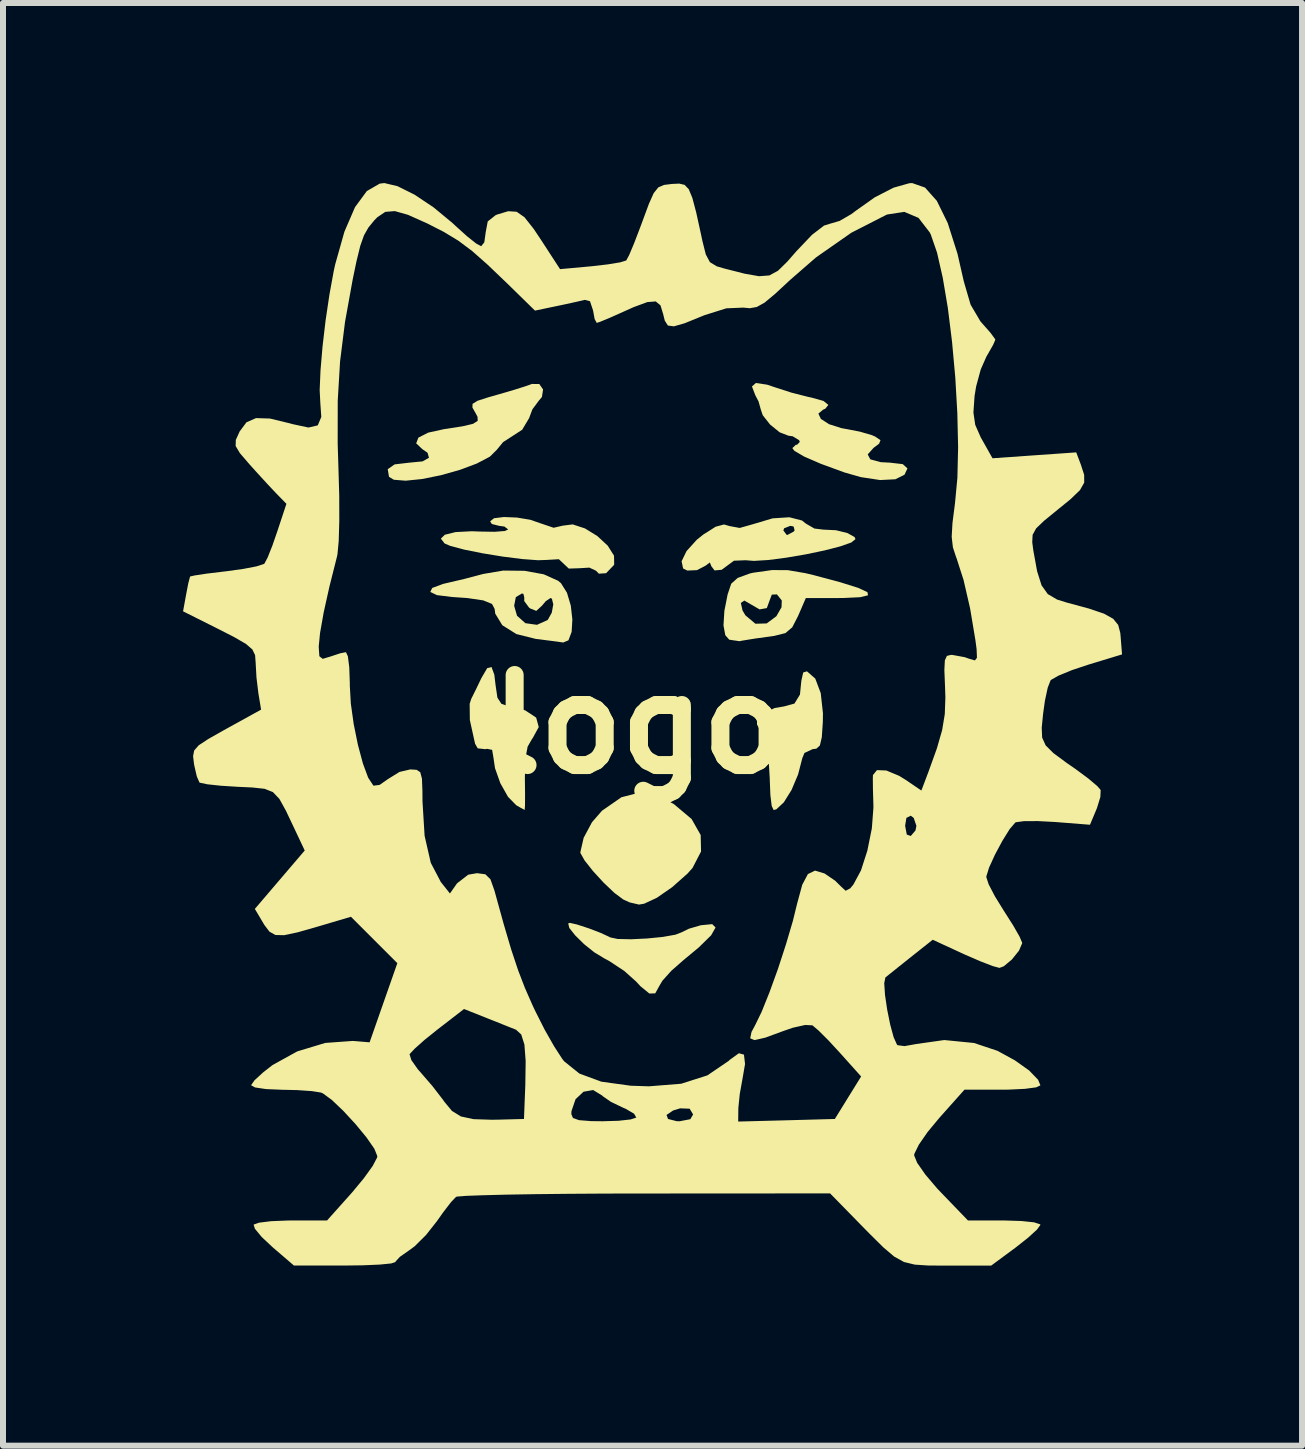
<source format=kicad_pcb>
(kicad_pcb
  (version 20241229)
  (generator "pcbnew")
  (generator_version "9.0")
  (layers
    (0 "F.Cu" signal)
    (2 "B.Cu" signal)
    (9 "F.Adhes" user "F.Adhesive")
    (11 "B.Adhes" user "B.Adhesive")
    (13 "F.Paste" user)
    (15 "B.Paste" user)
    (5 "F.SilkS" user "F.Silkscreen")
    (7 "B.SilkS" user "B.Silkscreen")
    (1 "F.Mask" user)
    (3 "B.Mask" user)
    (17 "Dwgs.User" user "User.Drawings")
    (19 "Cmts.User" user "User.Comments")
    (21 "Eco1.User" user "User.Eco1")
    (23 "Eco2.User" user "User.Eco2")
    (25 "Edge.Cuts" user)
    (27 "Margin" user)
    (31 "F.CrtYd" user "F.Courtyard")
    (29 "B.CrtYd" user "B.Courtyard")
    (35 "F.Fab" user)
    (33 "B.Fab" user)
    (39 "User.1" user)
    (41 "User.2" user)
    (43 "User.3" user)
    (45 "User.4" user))
  (footprint "logo"
    (layer "F.Cu")
    (at 7.596 9.018)
    (property "Reference" "logo" (at 0 0 0) (layer "F.SilkS") (effects (font (size 1.5 1.5) (thickness 0.3))))
    (attr board_only exclude_from_pos_files exclude_from_bom)
    (fp_poly (pts (xy 0.331 1.196) (xy 0.58 1.328) (xy 0.876 1.577) (xy 1.028 1.844) (xy 1.034 2.119) (xy 0.892 2.393) (xy 0.809 2.486) (xy 0.553 2.713) (xy 0.299 2.889) (xy 0.085 2.989) (xy 0 3.003) (xy -0.155 2.967) (xy -0.263 2.918) (xy -0.41 2.808) (xy -0.589 2.638) (xy -0.766 2.445) (xy -0.906 2.268) (xy -0.975 2.145) (xy -0.977 2.131) (xy -0.922 1.891) (xy -0.783 1.631) (xy -0.616 1.439) (xy -0.293 1.215) (xy 0.015 1.135)) (stroke (width 0) (type solid)) (fill yes) (layer "F.SilkS"))
    (fp_poly (pts (xy 2.937 -0.762) (xy 3.028 -0.521) (xy 3.065 -0.184) (xy 3.063 -0.038) (xy 3.046 0.215) (xy 3.014 0.352) (xy 2.955 0.406) (xy 2.894 0.413) (xy 2.757 0.477) (xy 2.721 0.564) (xy 2.651 0.835) (xy 2.542 1.093) (xy 2.413 1.3) (xy 2.288 1.416) (xy 2.243 1.428) (xy 2.211 1.359) (xy 2.189 1.178) (xy 2.179 0.924) (xy 2.179 0.908) (xy 2.155 0.504) (xy 2.079 0.22) (xy 2.048 0.159) (xy 1.966 0.002) (xy 1.966 -0.088) (xy 2.05 -0.17) (xy 2.067 -0.182) (xy 2.261 -0.272) (xy 2.415 -0.298) (xy 2.59 -0.346) (xy 2.682 -0.496) (xy 2.705 -0.726) (xy 2.736 -0.864) (xy 2.799 -0.883)) (stroke (width 0) (type solid)) (fill yes) (layer "F.SilkS"))
    (fp_poly (pts (xy -1.032 3.335) (xy -0.839 3.398) (xy -0.638 3.475) (xy -0.493 3.542) (xy -0.479 3.55) (xy -0.355 3.576) (xy -0.134 3.581) (xy 0.134 3.568) (xy 0.397 3.542) (xy 0.606 3.505) (xy 0.703 3.468) (xy 0.833 3.405) (xy 1.028 3.348) (xy 1.033 3.347) (xy 1.22 3.329) (xy 1.276 3.385) (xy 1.202 3.515) (xy 0.996 3.717) (xy 0.737 3.932) (xy 0.538 4.107) (xy 0.391 4.271) (xy 0.338 4.36) (xy 0.271 4.482) (xy 0.173 4.485) (xy 0.025 4.364) (xy -0.048 4.285) (xy -0.245 4.109) (xy -0.495 3.944) (xy -0.574 3.902) (xy -0.744 3.799) (xy -0.916 3.661) (xy -1.064 3.515) (xy -1.161 3.392) (xy -1.179 3.317) (xy -1.151 3.308)) (stroke (width 0) (type solid)) (fill yes) (layer "F.SilkS"))
    (fp_poly (pts (xy -2.41 -0.827) (xy -2.39 -0.658) (xy -2.359 -0.445) (xy -2.292 -0.342) (xy -2.217 -0.316) (xy -1.896 -0.233) (xy -1.713 -0.112) (xy -1.67 0.045) (xy -1.772 0.232) (xy -1.781 0.242) (xy -1.855 0.371) (xy -1.893 0.572) (xy -1.901 0.883) (xy -1.901 0.905) (xy -1.898 1.163) (xy -1.899 1.349) (xy -1.904 1.425) (xy -1.904 1.426) (xy -1.97 1.391) (xy -2.045 1.348) (xy -2.182 1.208) (xy -2.31 0.981) (xy -2.399 0.73) (xy -2.424 0.56) (xy -2.447 0.425) (xy -2.534 0.408) (xy -2.558 0.414) (xy -2.687 0.4) (xy -2.731 0.323) (xy -2.818 -0.072) (xy -2.821 -0.343) (xy -2.794 -0.426) (xy -2.709 -0.597) (xy -2.626 -0.77) (xy -2.529 -0.936) (xy -2.457 -0.955)) (stroke (width 0) (type solid)) (fill yes) (layer "F.SilkS"))
    (fp_poly (pts (xy -1.661 -5.67) (xy -1.598 -5.579) (xy -1.617 -5.454) (xy -1.672 -5.388) (xy -1.776 -5.248) (xy -1.831 -5.101) (xy -1.946 -4.908) (xy -2.086 -4.817) (xy -2.264 -4.702) (xy -2.369 -4.574) (xy -2.484 -4.46) (xy -2.702 -4.345) (xy -2.986 -4.239) (xy -3.302 -4.15) (xy -3.615 -4.087) (xy -3.888 -4.059) (xy -4.085 -4.075) (xy -4.165 -4.124) (xy -4.186 -4.251) (xy -4.071 -4.331) (xy -3.833 -4.359) (xy -3.606 -4.381) (xy -3.499 -4.441) (xy -3.523 -4.525) (xy -3.61 -4.585) (xy -3.712 -4.682) (xy -3.675 -4.777) (xy -3.512 -4.86) (xy -3.248 -4.918) (xy -2.943 -4.965) (xy -2.764 -5.007) (xy -2.687 -5.056) (xy -2.69 -5.124) (xy -2.723 -5.186) (xy -2.775 -5.278) (xy -2.773 -5.339) (xy -2.692 -5.39) (xy -2.506 -5.45) (xy -2.33 -5.5) (xy -2.077 -5.574) (xy -1.87 -5.64) (xy -1.785 -5.671)) (stroke (width 0) (type solid)) (fill yes) (layer "F.SilkS"))
    (fp_poly (pts (xy -2.032 -3.445) (xy -1.81 -3.408) (xy -1.629 -3.345) (xy -1.628 -3.345) (xy -1.422 -3.275) (xy -1.271 -3.31) (xy -1.104 -3.331) (xy -0.9 -3.264) (xy -0.694 -3.137) (xy -0.521 -2.977) (xy -0.416 -2.81) (xy -0.413 -2.664) (xy -0.421 -2.65) (xy -0.548 -2.518) (xy -0.668 -2.51) (xy -0.716 -2.559) (xy -0.827 -2.611) (xy -0.989 -2.601) (xy -1.169 -2.595) (xy -1.252 -2.673) (xy -1.335 -2.751) (xy -1.51 -2.741) (xy -1.515 -2.74) (xy -1.682 -2.734) (xy -1.949 -2.754) (xy -2.272 -2.795) (xy -2.608 -2.85) (xy -2.912 -2.911) (xy -3.142 -2.972) (xy -3.238 -3.013) (xy -3.301 -3.094) (xy -3.234 -3.159) (xy -3.056 -3.203) (xy -2.786 -3.217) (xy -2.649 -3.212) (xy -2.406 -3.208) (xy -2.236 -3.221) (xy -2.179 -3.247) (xy -2.242 -3.295) (xy -2.33 -3.307) (xy -2.452 -3.338) (xy -2.48 -3.382) (xy -2.415 -3.434) (xy -2.25 -3.454)) (stroke (width 0) (type solid)) (fill yes) (layer "F.SilkS"))
    (fp_poly (pts (xy 2.478 -2.569) (xy 2.771 -2.519) (xy 2.91 -2.486) (xy 3.355 -2.367) (xy 3.654 -2.273) (xy 3.807 -2.201) (xy 3.816 -2.15) (xy 3.684 -2.118) (xy 3.41 -2.105) (xy 3.306 -2.104) (xy 2.78 -2.104) (xy 2.651 -1.806) (xy 2.554 -1.617) (xy 2.44 -1.52) (xy 2.251 -1.473) (xy 2.181 -1.463) (xy 1.933 -1.429) (xy 1.723 -1.395) (xy 1.675 -1.385) (xy 1.504 -1.41) (xy 1.438 -1.485) (xy 1.408 -1.648) (xy 1.423 -1.893) (xy 1.449 -2.022) (xy 1.697 -2.022) (xy 1.725 -1.897) (xy 1.773 -1.816) (xy 1.94 -1.676) (xy 2.127 -1.681) (xy 2.289 -1.801) (xy 2.375 -1.951) (xy 2.379 -2.064) (xy 2.298 -2.165) (xy 2.213 -2.161) (xy 2.179 -2.071) (xy 2.13 -1.937) (xy 2.009 -1.915) (xy 1.881 -1.989) (xy 1.755 -2.062) (xy 1.697 -2.022) (xy 1.449 -2.022) (xy 1.476 -2.162) (xy 1.537 -2.343) (xy 1.644 -2.439) (xy 1.849 -2.514) (xy 1.903 -2.526) (xy 2.216 -2.57)) (stroke (width 0) (type solid)) (fill yes) (layer "F.SilkS"))
    (fp_poly (pts (xy 2.135 -5.659) (xy 2.272 -5.613) (xy 2.545 -5.525) (xy 2.82 -5.455) (xy 2.874 -5.444) (xy 3.074 -5.388) (xy 3.155 -5.322) (xy 3.104 -5.258) (xy 3.068 -5.243) (xy 2.989 -5.177) (xy 3.03 -5.089) (xy 3.166 -5.001) (xy 3.372 -4.935) (xy 3.432 -4.924) (xy 3.678 -4.877) (xy 3.878 -4.819) (xy 3.934 -4.795) (xy 4.024 -4.734) (xy 4 -4.675) (xy 3.907 -4.605) (xy 3.811 -4.497) (xy 3.854 -4.415) (xy 4.028 -4.368) (xy 4.177 -4.36) (xy 4.395 -4.335) (xy 4.473 -4.264) (xy 4.424 -4.159) (xy 4.272 -4.083) (xy 4.017 -4.07) (xy 3.694 -4.119) (xy 3.419 -4.198) (xy 3.034 -4.339) (xy 2.752 -4.461) (xy 2.59 -4.556) (xy 2.555 -4.602) (xy 2.613 -4.657) (xy 2.635 -4.659) (xy 2.679 -4.705) (xy 2.668 -4.734) (xy 2.561 -4.799) (xy 2.489 -4.809) (xy 2.344 -4.865) (xy 2.183 -4.996) (xy 2.062 -5.15) (xy 2.029 -5.247) (xy 1.992 -5.38) (xy 1.938 -5.483) (xy 1.882 -5.629) (xy 1.948 -5.687)) (stroke (width 0) (type solid)) (fill yes) (layer "F.SilkS"))
    (fp_poly (pts (xy 2.716 -3.396) (xy 2.781 -3.344) (xy 2.923 -3.262) (xy 3.072 -3.244) (xy 3.282 -3.234) (xy 3.473 -3.187) (xy 3.592 -3.12) (xy 3.607 -3.086) (xy 3.538 -3.03) (xy 3.354 -2.965) (xy 3.09 -2.897) (xy 2.779 -2.832) (xy 2.457 -2.777) (xy 2.157 -2.738) (xy 1.914 -2.723) (xy 1.775 -2.734) (xy 1.582 -2.726) (xy 1.502 -2.667) (xy 1.378 -2.575) (xy 1.259 -2.564) (xy 1.203 -2.638) (xy 1.202 -2.645) (xy 1.18 -2.697) (xy 1.112 -2.645) (xy 0.967 -2.569) (xy 0.805 -2.562) (xy 0.735 -2.597) (xy 0.71 -2.717) (xy 0.792 -2.886) (xy 0.961 -3.073) (xy 1.071 -3.162) (xy 1.181 -3.231) (xy 2.405 -3.231) (xy 2.459 -3.158) (xy 2.475 -3.156) (xy 2.577 -3.211) (xy 2.593 -3.231) (xy 2.576 -3.296) (xy 2.522 -3.307) (xy 2.419 -3.267) (xy 2.405 -3.231) (xy 1.181 -3.231) (xy 1.276 -3.292) (xy 1.417 -3.33) (xy 1.51 -3.303) (xy 1.678 -3.272) (xy 1.915 -3.339) (xy 1.924 -3.342) (xy 2.227 -3.432) (xy 2.505 -3.45)) (stroke (width 0) (type solid)) (fill yes) (layer "F.SilkS"))
    (fp_poly (pts (xy -1.908 -2.558) (xy -1.588 -2.5) (xy -1.349 -2.393) (xy -1.3 -2.352) (xy -1.2 -2.193) (xy -1.136 -1.978) (xy -1.11 -1.747) (xy -1.122 -1.541) (xy -1.175 -1.4) (xy -1.263 -1.363) (xy -1.362 -1.378) (xy -1.558 -1.403) (xy -1.719 -1.423) (xy -2.043 -1.504) (xy -2.277 -1.651) (xy -2.395 -1.844) (xy -2.405 -1.923) (xy -2.432 -1.975) (xy -2.08 -1.975) (xy -2.032 -1.809) (xy -1.892 -1.685) (xy -1.7 -1.658) (xy -1.524 -1.737) (xy -1.518 -1.743) (xy -1.453 -1.86) (xy -1.428 -1.999) (xy -1.451 -2.094) (xy -1.476 -2.104) (xy -1.554 -2.051) (xy -1.618 -1.975) (xy -1.711 -1.89) (xy -1.815 -1.932) (xy -1.832 -1.946) (xy -1.912 -2.054) (xy -1.911 -2.113) (xy -1.926 -2.175) (xy -1.952 -2.179) (xy -2.052 -2.119) (xy -2.08 -1.975) (xy -2.432 -1.975) (xy -2.449 -2.006) (xy -2.594 -2.065) (xy -2.859 -2.104) (xy -3.119 -2.122) (xy -3.368 -2.153) (xy -3.477 -2.206) (xy -3.445 -2.272) (xy -3.266 -2.339) (xy -3.194 -2.356) (xy -2.908 -2.423) (xy -2.616 -2.5) (xy -2.593 -2.506) (xy -2.26 -2.562)) (stroke (width 0) (type solid)) (fill yes) (layer "F.SilkS"))
    (fp_poly (pts (xy 4.766 -8.943) (xy 4.963 -8.721) (xy 5.144 -8.352) (xy 5.307 -7.839) (xy 5.412 -7.379) (xy 5.525 -6.992) (xy 5.688 -6.715) (xy 5.722 -6.676) (xy 5.855 -6.525) (xy 5.93 -6.423) (xy 5.937 -6.407) (xy 5.901 -6.324) (xy 5.812 -6.167) (xy 5.789 -6.128) (xy 5.694 -5.913) (xy 5.617 -5.629) (xy 5.591 -5.47) (xy 5.572 -5.194) (xy 5.602 -4.99) (xy 5.693 -4.783) (xy 5.716 -4.742) (xy 5.89 -4.433) (xy 6.587 -4.482) (xy 7.285 -4.531) (xy 7.362 -4.327) (xy 7.417 -4.157) (xy 7.418 -4.027) (xy 7.347 -3.902) (xy 7.188 -3.749) (xy 6.98 -3.58) (xy 6.751 -3.393) (xy 6.617 -3.265) (xy 6.558 -3.157) (xy 6.552 -3.035) (xy 6.569 -2.903) (xy 6.633 -2.551) (xy 6.707 -2.316) (xy 6.811 -2.17) (xy 6.966 -2.079) (xy 7.123 -2.03) (xy 7.496 -1.929) (xy 7.747 -1.844) (xy 7.901 -1.758) (xy 7.984 -1.656) (xy 8.019 -1.522) (xy 8.025 -1.455) (xy 8.048 -1.165) (xy 7.489 -0.995) (xy 7.213 -0.903) (xy 6.991 -0.812) (xy 6.866 -0.741) (xy 6.857 -0.732) (xy 6.81 -0.611) (xy 6.763 -0.392) (xy 6.733 -0.177) (xy 6.71 0.057) (xy 6.717 0.221) (xy 6.775 0.35) (xy 6.903 0.478) (xy 7.122 0.64) (xy 7.282 0.751) (xy 7.487 0.903) (xy 7.637 1.03) (xy 7.692 1.094) (xy 7.687 1.21) (xy 7.631 1.393) (xy 7.619 1.423) (xy 7.514 1.673) (xy 6.932 1.627) (xy 6.645 1.612) (xy 6.414 1.613) (xy 6.281 1.631) (xy 6.27 1.636) (xy 6.177 1.744) (xy 6.055 1.94) (xy 5.931 2.171) (xy 5.833 2.386) (xy 5.787 2.534) (xy 5.787 2.546) (xy 5.826 2.666) (xy 5.931 2.867) (xy 6.078 3.105) (xy 6.087 3.119) (xy 6.234 3.35) (xy 6.341 3.537) (xy 6.385 3.641) (xy 6.385 3.645) (xy 6.331 3.771) (xy 6.212 3.919) (xy 6.078 4.031) (xy 6.006 4.058) (xy 5.895 4.028) (xy 5.69 3.949) (xy 5.434 3.838) (xy 5.403 3.824) (xy 4.894 3.589) (xy 4.532 3.876) (xy 4.33 4.037) (xy 4.173 4.163) (xy 4.105 4.218) (xy 4.086 4.313) (xy 4.099 4.508) (xy 4.135 4.753) (xy 4.186 5.005) (xy 4.243 5.214) (xy 4.298 5.336) (xy 4.309 5.346) (xy 4.424 5.361) (xy 4.605 5.329) (xy 4.612 5.327) (xy 5.087 5.26) (xy 5.582 5.309) (xy 5.974 5.44) (xy 6.264 5.599) (xy 6.5 5.767) (xy 6.65 5.922) (xy 6.688 6.015) (xy 6.619 6.048) (xy 6.431 6.073) (xy 6.159 6.086) (xy 6.055 6.087) (xy 5.423 6.087) (xy 5.004 6.557) (xy 4.809 6.792) (xy 4.663 7.003) (xy 4.589 7.153) (xy 4.584 7.181) (xy 4.635 7.306) (xy 4.771 7.501) (xy 4.969 7.734) (xy 5.033 7.801) (xy 5.481 8.266) (xy 6.085 8.266) (xy 6.371 8.275) (xy 6.582 8.297) (xy 6.684 8.33) (xy 6.688 8.339) (xy 6.632 8.417) (xy 6.484 8.552) (xy 6.278 8.715) (xy 5.868 9.018) (xy 5.148 9.018) (xy 4.828 9.017) (xy 4.596 9.002) (xy 4.415 8.958) (xy 4.251 8.867) (xy 4.069 8.712) (xy 3.832 8.477) (xy 3.681 8.323) (xy 3.184 7.815) (xy 0.108 7.817) (xy -0.56 7.818) (xy -1.181 7.822) (xy -1.74 7.828) (xy -2.22 7.836) (xy -2.606 7.846) (xy -2.881 7.856) (xy -3.029 7.868) (xy -3.048 7.873) (xy -3.133 7.962) (xy -3.265 8.134) (xy -3.369 8.281) (xy -3.547 8.507) (xy -3.737 8.696) (xy -3.834 8.767) (xy -3.984 8.872) (xy -4.057 8.952) (xy -4.058 8.959) (xy -4.128 8.982) (xy -4.319 9.001) (xy -4.599 9.013) (xy -4.903 9.017) (xy -5.749 9.017) (xy -6.106 8.71) (xy -6.286 8.541) (xy -6.399 8.404) (xy -6.421 8.335) (xy -6.331 8.303) (xy -6.13 8.278) (xy -5.857 8.267) (xy -5.788 8.266) (xy -5.197 8.266) (xy -4.778 7.797) (xy -4.585 7.564) (xy -4.438 7.36) (xy -4.364 7.22) (xy -4.359 7.195) (xy -4.409 7.071) (xy -4.541 6.881) (xy -4.723 6.66) (xy -4.925 6.441) (xy -5.116 6.259) (xy -5.266 6.149) (xy -5.298 6.135) (xy -5.449 6.111) (xy -5.694 6.094) (xy -5.955 6.088) (xy -6.214 6.077) (xy -6.396 6.05) (xy -6.463 6.013) (xy -6.406 5.931) (xy -6.261 5.798) (xy -6.106 5.677) (xy -5.784 5.499) (xy -3.822 5.499) (xy -3.792 5.595) (xy -3.684 5.748) (xy -3.627 5.812) (xy -3.439 6.03) (xy -3.264 6.257) (xy -3.242 6.289) (xy -3.116 6.441) (xy -2.967 6.533) (xy -2.758 6.578) (xy -2.451 6.588) (xy -2.33 6.586) (xy -1.916 6.575) (xy -1.913 6.495) (xy -1.127 6.495) (xy -1.1 6.559) (xy -0.998 6.595) (xy -0.793 6.611) (xy -0.606 6.613) (xy -0.341 6.605) (xy -0.14 6.583) (xy -0.046 6.552) (xy -0.045 6.551) (xy -0.07 6.508) (xy 0.459 6.508) (xy 0.484 6.575) (xy 0.629 6.612) (xy 0.676 6.613) (xy 0.855 6.579) (xy 0.902 6.5) (xy 0.844 6.404) (xy 0.685 6.398) (xy 0.57 6.433) (xy 0.459 6.508) (xy -0.07 6.508) (xy -0.082 6.487) (xy -0.221 6.406) (xy -0.27 6.385) (xy -0.466 6.291) (xy -0.603 6.196) (xy -0.614 6.184) (xy -0.764 6.093) (xy -0.924 6.121) (xy -1.057 6.246) (xy -1.125 6.445) (xy -1.127 6.495) (xy -1.913 6.495) (xy -1.894 6.013) (xy -1.888 5.609) (xy -1.909 5.334) (xy -1.962 5.167) (xy -2.047 5.089) (xy -2.167 5.041) (xy -2.372 4.959) (xy -2.528 4.897) (xy -2.915 4.743) (xy -3.355 5.083) (xy -3.573 5.258) (xy -3.738 5.405) (xy -3.82 5.493) (xy -3.822 5.499) (xy -5.784 5.499) (xy -5.693 5.449) (xy -5.227 5.308) (xy -4.771 5.275) (xy -4.739 5.277) (xy -4.488 5.298) (xy -4.257 4.638) (xy -4.026 3.979) (xy -4.413 3.592) (xy -4.799 3.206) (xy -5.349 3.369) (xy -5.686 3.465) (xy -5.912 3.513) (xy -6.058 3.51) (xy -6.157 3.454) (xy -6.241 3.343) (xy -6.265 3.303) (xy -6.4 3.075) (xy -5.984 2.588) (xy -5.569 2.102) (xy -5.737 1.746) (xy -5.882 1.44) (xy -5.991 1.243) (xy -6.099 1.129) (xy -6.238 1.074) (xy -6.443 1.052) (xy -6.681 1.041) (xy -6.966 1.023) (xy -7.191 0.999) (xy -7.314 0.973) (xy -7.324 0.967) (xy -7.367 0.868) (xy -7.409 0.686) (xy -7.414 0.658) (xy -7.429 0.53) (xy -7.411 0.436) (xy -7.335 0.349) (xy -7.177 0.245) (xy -6.914 0.096) (xy -6.876 0.075) (xy -6.296 -0.245) (xy -6.341 -0.517) (xy -6.373 -0.781) (xy -6.387 -1.032) (xy -6.396 -1.153) (xy -6.441 -1.247) (xy -6.494 -1.293) (xy -5.336 -1.293) (xy -5.325 -1.134) (xy -5.269 -1.091) (xy -5.143 -1.129) (xy -4.976 -1.184) (xy -4.882 -1.202) (xy -4.85 -1.133) (xy -4.827 -0.951) (xy -4.818 -0.693) (xy -4.818 -0.65) (xy -4.801 -0.346) (xy -4.753 -0.004) (xy -4.683 0.341) (xy -4.6 0.651) (xy -4.512 0.889) (xy -4.428 1.017) (xy -4.421 1.022) (xy -4.321 1.009) (xy -4.182 0.912) (xy -4.179 0.91) (xy -3.99 0.793) (xy -3.809 0.751) (xy -3.704 0.758) (xy -3.644 0.798) (xy -3.616 0.905) (xy -3.608 1.111) (xy -3.607 1.282) (xy -3.572 1.856) (xy -3.469 2.307) (xy -3.3 2.63) (xy -3.299 2.63) (xy -3.15 2.818) (xy -3.031 2.649) (xy -2.845 2.505) (xy -2.699 2.48) (xy -2.56 2.498) (xy -2.475 2.581) (xy -2.409 2.767) (xy -2.4 2.799) (xy -2.253 3.331) (xy -2.129 3.751) (xy -2.015 4.094) (xy -1.9 4.393) (xy -1.772 4.684) (xy -1.727 4.779) (xy -1.572 5.086) (xy -1.413 5.366) (xy -1.279 5.573) (xy -1.247 5.614) (xy -0.992 5.819) (xy -0.625 5.954) (xy -0.138 6.021) (xy 0.165 6.031) (xy 0.703 5.988) (xy 1.139 5.849) (xy 1.492 5.609) (xy 1.512 5.59) (xy 1.664 5.48) (xy 1.749 5.503) (xy 1.767 5.659) (xy 1.724 5.909) (xy 1.679 6.159) (xy 1.656 6.386) (xy 1.655 6.409) (xy 1.653 6.618) (xy 2.458 6.597) (xy 3.263 6.575) (xy 3.482 6.221) (xy 3.701 5.867) (xy 3.345 5.47) (xy 3.154 5.263) (xy 2.991 5.101) (xy 2.891 5.016) (xy 2.89 5.015) (xy 2.769 5.009) (xy 2.563 5.055) (xy 2.407 5.109) (xy 2.105 5.22) (xy 1.925 5.261) (xy 1.853 5.231) (xy 1.875 5.125) (xy 1.935 5.013) (xy 2.043 4.791) (xy 2.174 4.465) (xy 2.315 4.076) (xy 2.449 3.665) (xy 2.564 3.275) (xy 2.635 2.986) (xy 2.72 2.673) (xy 2.814 2.495) (xy 2.933 2.437) (xy 3.089 2.484) (xy 3.095 2.487) (xy 3.268 2.605) (xy 3.363 2.699) (xy 3.443 2.773) (xy 3.519 2.733) (xy 3.573 2.668) (xy 3.699 2.433) (xy 3.805 2.104) (xy 3.879 1.737) (xy 3.883 1.691) (xy 4.434 1.691) (xy 4.462 1.837) (xy 4.528 1.86) (xy 4.607 1.768) (xy 4.622 1.691) (xy 4.577 1.559) (xy 4.528 1.522) (xy 4.455 1.559) (xy 4.434 1.691) (xy 3.883 1.691) (xy 3.906 1.388) (xy 3.905 1.329) (xy 3.898 1.088) (xy 3.896 0.903) (xy 3.898 0.845) (xy 3.965 0.763) (xy 4.121 0.769) (xy 4.336 0.859) (xy 4.446 0.927) (xy 4.705 1.103) (xy 4.821 0.796) (xy 4.963 0.402) (xy 5.051 0.096) (xy 5.095 -0.171) (xy 5.105 -0.448) (xy 5.099 -0.627) (xy 5.088 -0.906) (xy 5.096 -1.066) (xy 5.13 -1.14) (xy 5.196 -1.157) (xy 5.223 -1.156) (xy 5.425 -1.119) (xy 5.515 -1.088) (xy 5.597 -1.065) (xy 5.631 -1.109) (xy 5.625 -1.253) (xy 5.606 -1.397) (xy 5.517 -1.93) (xy 5.408 -2.404) (xy 5.289 -2.774) (xy 5.283 -2.787) (xy 5.23 -2.949) (xy 5.21 -3.124) (xy 5.223 -3.355) (xy 5.265 -3.684) (xy 5.305 -4.107) (xy 5.317 -4.617) (xy 5.304 -5.183) (xy 5.27 -5.778) (xy 5.216 -6.372) (xy 5.146 -6.936) (xy 5.061 -7.441) (xy 4.966 -7.859) (xy 4.862 -8.16) (xy 4.844 -8.196) (xy 4.657 -8.438) (xy 4.421 -8.538) (xy 4.139 -8.495) (xy 4.118 -8.487) (xy 3.539 -8.191) (xy 2.949 -7.779) (xy 2.517 -7.403) (xy 2.267 -7.171) (xy 2.093 -7.026) (xy 1.962 -6.953) (xy 1.846 -6.933) (xy 1.737 -6.943) (xy 1.455 -6.931) (xy 1.089 -6.816) (xy 1.045 -6.798) (xy 0.76 -6.682) (xy 0.582 -6.631) (xy 0.482 -6.644) (xy 0.43 -6.725) (xy 0.402 -6.838) (xy 0.358 -6.981) (xy 0.279 -7.046) (xy 0.139 -7.035) (xy -0.091 -6.95) (xy -0.256 -6.876) (xy -0.48 -6.776) (xy -0.644 -6.708) (xy -0.704 -6.688) (xy -0.739 -6.753) (xy -0.765 -6.895) (xy -0.816 -7.049) (xy -0.902 -7.072) (xy -1.04 -7.04) (xy -1.259 -6.992) (xy -1.374 -6.968) (xy -1.733 -6.893) (xy -2.2 -7.35) (xy -2.523 -7.659) (xy -2.78 -7.886) (xy -3.01 -8.058) (xy -3.249 -8.203) (xy -3.535 -8.349) (xy -3.536 -8.349) (xy -3.849 -8.489) (xy -4.068 -8.551) (xy -4.227 -8.538) (xy -4.359 -8.449) (xy -4.409 -8.398) (xy -4.508 -8.277) (xy -4.582 -8.147) (xy -4.644 -7.971) (xy -4.707 -7.714) (xy -4.77 -7.411) (xy -4.898 -6.702) (xy -4.98 -6.048) (xy -5.019 -5.392) (xy -5.02 -4.675) (xy -5.008 -4.292) (xy -4.994 -3.81) (xy -4.993 -3.387) (xy -5.003 -3.051) (xy -5.024 -2.83) (xy -5.033 -2.789) (xy -5.157 -2.297) (xy -5.253 -1.865) (xy -5.314 -1.52) (xy -5.336 -1.293) (xy -6.494 -1.293) (xy -6.546 -1.338) (xy -6.74 -1.451) (xy -6.992 -1.58) (xy -7.596 -1.883) (xy -7.545 -2.163) (xy -7.509 -2.349) (xy -7.481 -2.456) (xy -7.477 -2.464) (xy -7.4 -2.481) (xy -7.21 -2.51) (xy -6.946 -2.542) (xy -6.878 -2.55) (xy -6.595 -2.589) (xy -6.372 -2.632) (xy -6.249 -2.672) (xy -6.24 -2.679) (xy -6.187 -2.779) (xy -6.108 -2.978) (xy -6.028 -3.209) (xy -5.874 -3.674) (xy -6.043 -3.847) (xy -6.192 -4.005) (xy -6.384 -4.215) (xy -6.492 -4.335) (xy -6.649 -4.518) (xy -6.72 -4.637) (xy -6.717 -4.739) (xy -6.656 -4.873) (xy -6.653 -4.88) (xy -6.54 -5.032) (xy -6.381 -5.102) (xy -6.149 -5.095) (xy -5.815 -5.014) (xy -5.773 -5.002) (xy -5.507 -4.945) (xy -5.352 -4.981) (xy -5.293 -5.121) (xy -5.309 -5.352) (xy -5.32 -5.57) (xy -5.306 -5.898) (xy -5.272 -6.298) (xy -5.221 -6.732) (xy -5.157 -7.162) (xy -5.086 -7.551) (xy -5.062 -7.661) (xy -4.908 -8.207) (xy -4.731 -8.617) (xy -4.534 -8.885) (xy -4.319 -9.009) (xy -4.242 -9.018) (xy -4.023 -8.966) (xy -3.738 -8.824) (xy -3.421 -8.612) (xy -3.108 -8.353) (xy -3.058 -8.306) (xy -2.865 -8.132) (xy -2.71 -8.009) (xy -2.629 -7.966) (xy -2.577 -8.031) (xy -2.555 -8.189) (xy -2.555 -8.193) (xy -2.52 -8.379) (xy -2.39 -8.482) (xy -2.362 -8.494) (xy -2.179 -8.549) (xy -2.038 -8.54) (xy -1.907 -8.448) (xy -1.754 -8.254) (xy -1.635 -8.076) (xy -1.315 -7.584) (xy -0.789 -7.632) (xy -0.521 -7.663) (xy -0.314 -7.697) (xy -0.213 -7.728) (xy -0.212 -7.729) (xy -0.164 -7.818) (xy -0.082 -8.013) (xy 0.019 -8.277) (xy 0.057 -8.379) (xy 0.165 -8.671) (xy 0.245 -8.85) (xy 0.322 -8.946) (xy 0.417 -8.987) (xy 0.546 -9.003) (xy 0.67 -9.009) (xy 0.76 -8.988) (xy 0.829 -8.916) (xy 0.889 -8.771) (xy 0.953 -8.53) (xy 1.032 -8.17) (xy 1.055 -8.061) (xy 1.113 -7.829) (xy 1.182 -7.7) (xy 1.296 -7.631) (xy 1.415 -7.596) (xy 1.761 -7.508) (xy 2 -7.466) (xy 2.172 -7.479) (xy 2.316 -7.557) (xy 2.47 -7.708) (xy 2.625 -7.885) (xy 2.884 -8.157) (xy 3.084 -8.31) (xy 3.184 -8.341) (xy 3.342 -8.387) (xy 3.54 -8.502) (xy 3.609 -8.554) (xy 3.928 -8.78) (xy 4.241 -8.941) (xy 4.503 -9.015) (xy 4.551 -9.018)) (stroke (width 0) (type solid)) (fill yes) (layer "F.SilkS")))
  (gr_rect
    (start -3 -3)
    (end 18.643 21.036)
    (stroke (width 0.1) (type default))
    (fill no)
    (layer "Edge.Cuts")))
</source>
